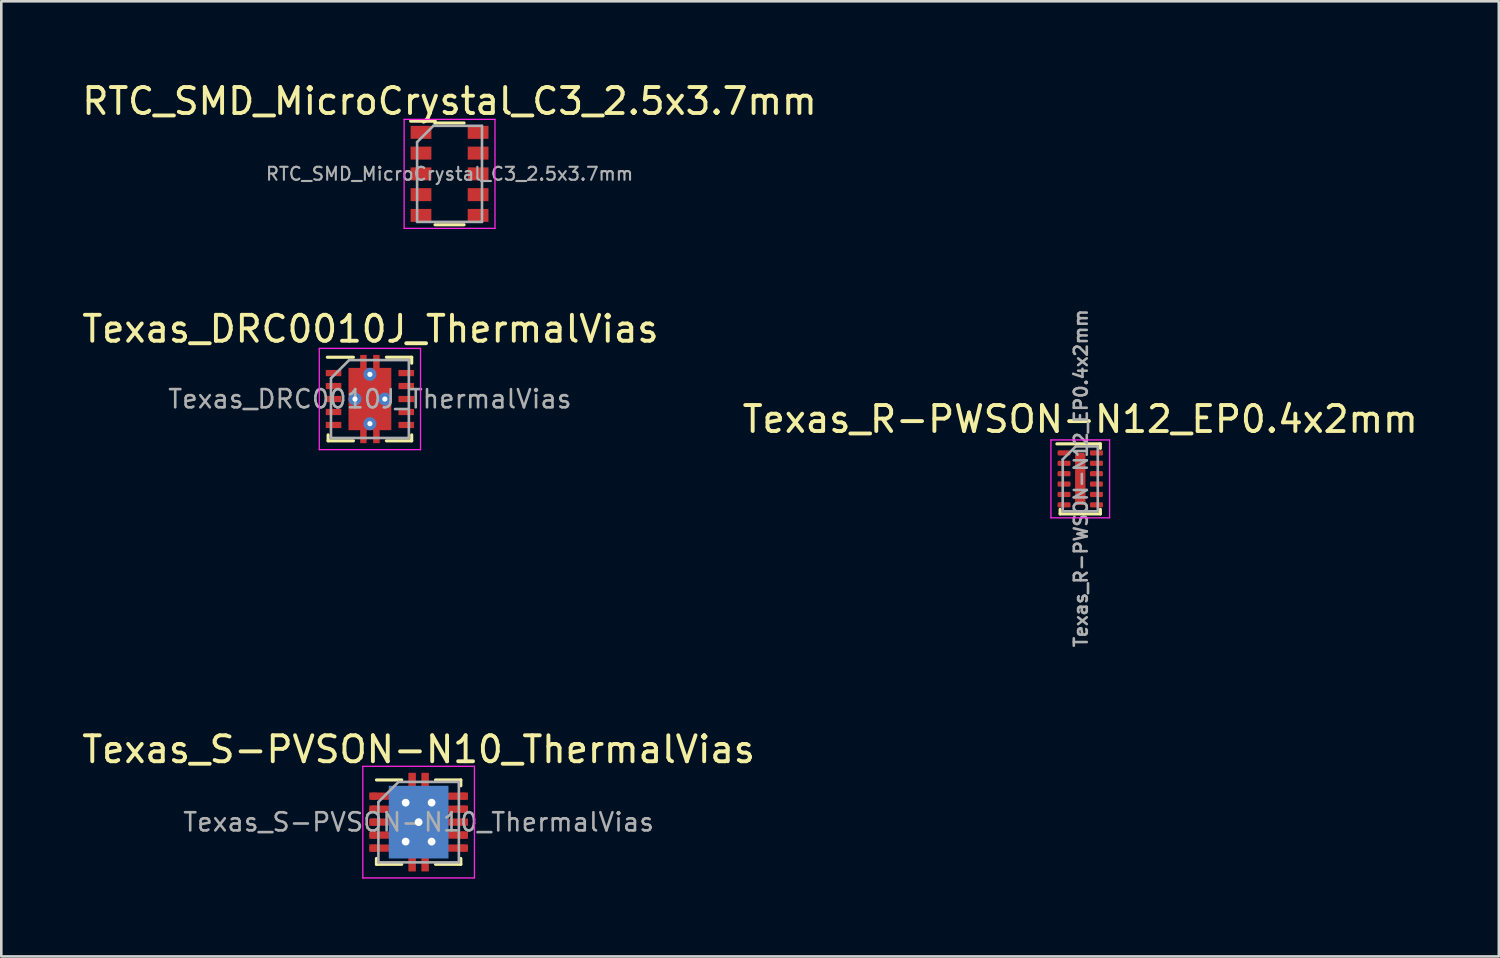
<source format=kicad_pcb>
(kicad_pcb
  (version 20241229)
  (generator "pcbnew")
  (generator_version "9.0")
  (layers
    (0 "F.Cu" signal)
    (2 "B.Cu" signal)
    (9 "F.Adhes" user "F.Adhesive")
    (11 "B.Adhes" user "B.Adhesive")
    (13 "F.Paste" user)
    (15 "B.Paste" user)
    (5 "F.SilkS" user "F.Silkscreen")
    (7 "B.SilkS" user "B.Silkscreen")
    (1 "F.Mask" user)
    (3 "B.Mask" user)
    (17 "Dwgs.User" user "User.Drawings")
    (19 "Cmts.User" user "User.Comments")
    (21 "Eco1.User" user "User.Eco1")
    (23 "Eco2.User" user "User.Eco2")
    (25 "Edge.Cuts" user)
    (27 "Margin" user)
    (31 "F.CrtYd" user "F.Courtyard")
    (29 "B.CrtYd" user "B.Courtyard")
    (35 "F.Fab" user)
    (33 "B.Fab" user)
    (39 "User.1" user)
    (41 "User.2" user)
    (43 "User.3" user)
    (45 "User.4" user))
  (footprint "Texas_S-PVSON-N10_ThermalVias"
    (layer "F.Cu")
    (at 13.077 28.621)
    (property "Reference" "Texas_S-PVSON-N10_ThermalVias" (at 0 -2.8 0) (layer "F.SilkS") (effects (font (size 1 1) (thickness 0.15))))
    (attr smd)
    (fp_line (start -1.625 -1.625) (end -0.65 -1.625) (stroke (width 0.12) (type solid)) (layer "F.SilkS"))
    (fp_line (start -1.625 1.625) (end -1.625 1.4) (stroke (width 0.12) (type solid)) (layer "F.SilkS"))
    (fp_line (start -1.625 1.625) (end -0.65 1.625) (stroke (width 0.12) (type solid)) (layer "F.SilkS"))
    (fp_line (start 0.65 -1.625) (end 1.625 -1.625) (stroke (width 0.12) (type solid)) (layer "F.SilkS"))
    (fp_line (start 0.65 1.625) (end 1.625 1.625) (stroke (width 0.12) (type solid)) (layer "F.SilkS"))
    (fp_line (start 1.625 -1.4) (end 1.625 -1.625) (stroke (width 0.12) (type solid)) (layer "F.SilkS"))
    (fp_line (start 1.625 1.4) (end 1.625 1.625) (stroke (width 0.12) (type solid)) (layer "F.SilkS"))
    (fp_line (start -2.15 -2.15) (end -2.15 2.15) (stroke (width 0.05) (type solid)) (layer "F.CrtYd"))
    (fp_line (start -2.15 -2.15) (end 2.15 -2.15) (stroke (width 0.05) (type solid)) (layer "F.CrtYd"))
    (fp_line (start -2.15 2.15) (end 2.15 2.15) (stroke (width 0.05) (type solid)) (layer "F.CrtYd"))
    (fp_line (start 2.15 -2.15) (end 2.15 2.15) (stroke (width 0.05) (type solid)) (layer "F.CrtYd"))
    (fp_line (start -1.55 1.55) (end -1.55 -0.775) (stroke (width 0.1) (type solid)) (layer "F.Fab"))
    (fp_line (start -0.775 -1.55) (end -1.55 -0.775) (stroke (width 0.1) (type solid)) (layer "F.Fab"))
    (fp_line (start -0.775 -1.55) (end 1.55 -1.55) (stroke (width 0.1) (type solid)) (layer "F.Fab"))
    (fp_line (start 1.55 -1.55) (end 1.55 1.55) (stroke (width 0.1) (type solid)) (layer "F.Fab"))
    (fp_line (start 1.55 1.55) (end -1.55 1.55) (stroke (width 0.1) (type solid)) (layer "F.Fab"))
    (fp_text user "${REFERENCE}" (at 0 0 0) (layer "F.Fab") (effects (font (size 0.7 0.7) (thickness 0.1))))
    (pad "1" smd rect (at -1.76 -1) (size 0.28 0.28) (layers "F.Cu" "F.Mask" "F.Paste"))
    (pad "1" smd oval (at -1.475 -1) (size 0.85 0.28) (layers "F.Cu" "F.Mask" "F.Paste"))
    (pad "2" smd rect (at -1.76 -0.5) (size 0.28 0.28) (layers "F.Cu" "F.Mask" "F.Paste"))
    (pad "2" smd oval (at -1.475 -0.5) (size 0.85 0.28) (layers "F.Cu" "F.Mask" "F.Paste"))
    (pad "3" smd rect (at -1.76 0) (size 0.28 0.28) (layers "F.Cu" "F.Mask" "F.Paste"))
    (pad "3" smd oval (at -1.475 0) (size 0.85 0.28) (layers "F.Cu" "F.Mask" "F.Paste"))
    (pad "4" smd rect (at -1.76 0.5) (size 0.28 0.28) (layers "F.Cu" "F.Mask" "F.Paste"))
    (pad "4" smd oval (at -1.475 0.5) (size 0.85 0.28) (layers "F.Cu" "F.Mask" "F.Paste"))
    (pad "5" smd rect (at -1.76 1) (size 0.28 0.28) (layers "F.Cu" "F.Mask" "F.Paste"))
    (pad "5" smd oval (at -1.475 1) (size 0.85 0.28) (layers "F.Cu" "F.Mask" "F.Paste"))
    (pad "6" smd oval (at 1.475 1) (size 0.85 0.28) (layers "F.Cu" "F.Mask" "F.Paste"))
    (pad "6" smd rect (at 1.76 1) (size 0.28 0.28) (layers "F.Cu" "F.Mask" "F.Paste"))
    (pad "7" smd oval (at 1.475 0.5) (size 0.85 0.28) (layers "F.Cu" "F.Mask" "F.Paste"))
    (pad "7" smd rect (at 1.76 0.5) (size 0.28 0.28) (layers "F.Cu" "F.Mask" "F.Paste"))
    (pad "8" smd oval (at 1.475 0) (size 0.85 0.28) (layers "F.Cu" "F.Mask" "F.Paste"))
    (pad "8" smd rect (at 1.76 0) (size 0.28 0.28) (layers "F.Cu" "F.Mask" "F.Paste"))
    (pad "9" smd oval (at 1.475 -0.5) (size 0.85 0.28) (layers "F.Cu" "F.Mask" "F.Paste"))
    (pad "9" smd rect (at 1.76 -0.5) (size 0.28 0.28) (layers "F.Cu" "F.Mask" "F.Paste"))
    (pad "10" smd oval (at 1.475 -1) (size 0.85 0.28) (layers "F.Cu" "F.Mask" "F.Paste"))
    (pad "10" smd rect (at 1.76 -1) (size 0.28 0.28) (layers "F.Cu" "F.Mask" "F.Paste"))
    (pad "11" thru_hole circle (at -0.5 -0.75) (size 0.6 0.6) (drill 0.3) (layers "*.Cu" "*.Mask"))
    (pad "11" thru_hole circle (at -0.5 0.75) (size 0.6 0.6) (drill 0.3) (layers "*.Cu" "*.Mask"))
    (pad "11" smd rect (at -0.45 -0.635) (size 0.68 1.05) (layers "F.Cu" "F.Mask" "F.Paste"))
    (pad "11" smd rect (at -0.45 0.635) (size 0.68 1.05) (layers "F.Cu" "F.Mask" "F.Paste"))
    (pad "11" smd rect (at -0.25 -1.63) (size 0.26 0.5) (layers "F.Cu" "F.Mask" "F.Paste"))
    (pad "11" smd rect (at -0.25 -1.55) (size 0.28 0.7) (layers "F.Cu" "F.Mask"))
    (pad "11" smd rect (at -0.25 1.55) (size 0.28 0.7) (layers "F.Cu" "F.Mask"))
    (pad "11" smd rect (at -0.25 1.63) (size 0.26 0.5) (layers "F.Cu" "F.Mask" "F.Paste"))
    (pad "11" thru_hole circle (at 0 0) (size 0.6 0.6) (drill 0.3) (layers "*.Cu" "*.Mask"))
    (pad "11" smd rect (at 0 0) (size 1.65 2.4) (layers "F.Cu" "F.Mask"))
    (pad "11" smd rect (at 0 0) (size 2.3 2.8) (layers "B.Cu"))
    (pad "11" smd rect (at 0.25 -1.63) (size 0.26 0.5) (layers "F.Cu" "F.Mask" "F.Paste"))
    (pad "11" smd rect (at 0.25 -1.55) (size 0.28 0.7) (layers "F.Cu" "F.Mask"))
    (pad "11" smd rect (at 0.25 1.55) (size 0.28 0.7) (layers "F.Cu" "F.Mask"))
    (pad "11" smd rect (at 0.25 1.63) (size 0.26 0.5) (layers "F.Cu" "F.Mask" "F.Paste"))
    (pad "11" smd rect (at 0.45 -0.635) (size 0.68 1.05) (layers "F.Cu" "F.Mask" "F.Paste"))
    (pad "11" smd rect (at 0.45 0.635) (size 0.68 1.05) (layers "F.Cu" "F.Mask" "F.Paste"))
    (pad "11" thru_hole circle (at 0.5 -0.75) (size 0.6 0.6) (drill 0.3) (layers "*.Cu" "*.Mask"))
    (pad "11" thru_hole circle (at 0.5 0.75) (size 0.6 0.6) (drill 0.3) (layers "*.Cu" "*.Mask")))
  (footprint "Texas_R-PWSON-N12_EP0.4x2mm"
    (layer "F.Cu")
    (at 38.565 15.398)
    (property "Reference" "Texas_R-PWSON-N12_EP0.4x2mm" (at 0 -2.3 0) (layer "F.SilkS") (effects (font (size 1 1) (thickness 0.15))))
    (attr smd)
    (fp_line (start -0.775 1.35) (end -0.775 1.175) (stroke (width 0.12) (type solid)) (layer "F.SilkS"))
    (fp_line (start 0.775 -1.35) (end -0.9 -1.35) (stroke (width 0.12) (type solid)) (layer "F.SilkS"))
    (fp_line (start 0.775 -1.35) (end 0.775 -1.175) (stroke (width 0.12) (type solid)) (layer "F.SilkS"))
    (fp_line (start 0.775 1.35) (end -0.775 1.35) (stroke (width 0.12) (type solid)) (layer "F.SilkS"))
    (fp_line (start 0.775 1.35) (end 0.775 1.175) (stroke (width 0.12) (type solid)) (layer "F.SilkS"))
    (fp_line (start -1.13 -1.5) (end -1.13 1.5) (stroke (width 0.05) (type solid)) (layer "F.CrtYd"))
    (fp_line (start -1.13 -1.5) (end 1.13 -1.5) (stroke (width 0.05) (type solid)) (layer "F.CrtYd"))
    (fp_line (start -1.13 1.5) (end 1.13 1.5) (stroke (width 0.05) (type solid)) (layer "F.CrtYd"))
    (fp_line (start 1.13 -1.5) (end 1.13 1.5) (stroke (width 0.05) (type solid)) (layer "F.CrtYd"))
    (fp_line (start -0.675 -0.75) (end -0.675 1.25) (stroke (width 0.1) (type solid)) (layer "F.Fab"))
    (fp_line (start -0.675 1.25) (end 0.675 1.25) (stroke (width 0.1) (type solid)) (layer "F.Fab"))
    (fp_line (start -0.175 -1.25) (end -0.675 -0.75) (stroke (width 0.1) (type solid)) (layer "F.Fab"))
    (fp_line (start -0.175 -1.25) (end 0.675 -1.25) (stroke (width 0.1) (type solid)) (layer "F.Fab"))
    (fp_line (start 0.675 -1.25) (end 0.675 1.25) (stroke (width 0.1) (type solid)) (layer "F.Fab"))
    (fp_text user "${REFERENCE}" (at 0.025 -0.025 90) (layer "F.Fab") (effects (font (size 0.5 0.5) (thickness 0.1))))
    (pad "" smd roundrect (at 0 -0.68) (size 0.3 0.55) (layers "F.Paste") (roundrect_rratio 0.25))
    (pad "" smd roundrect (at 0 0) (size 0.3 0.55) (layers "F.Paste") (roundrect_rratio 0.25))
    (pad "" smd roundrect (at 0 0.68) (size 0.3 0.55) (layers "F.Paste") (roundrect_rratio 0.25))
    (pad "1" smd roundrect (at -0.625 -1 90) (size 0.2 0.5) (layers "F.Cu" "F.Mask" "F.Paste") (roundrect_rratio 0.25))
    (pad "2" smd roundrect (at -0.625 -0.6 90) (size 0.2 0.5) (layers "F.Cu" "F.Mask" "F.Paste") (roundrect_rratio 0.25))
    (pad "3" smd roundrect (at -0.625 -0.2 90) (size 0.2 0.5) (layers "F.Cu" "F.Mask" "F.Paste") (roundrect_rratio 0.25))
    (pad "4" smd roundrect (at -0.625 0.2 90) (size 0.2 0.5) (layers "F.Cu" "F.Mask" "F.Paste") (roundrect_rratio 0.25))
    (pad "5" smd roundrect (at -0.625 0.6 90) (size 0.2 0.5) (layers "F.Cu" "F.Mask" "F.Paste") (roundrect_rratio 0.25))
    (pad "6" smd roundrect (at -0.625 1 90) (size 0.2 0.5) (layers "F.Cu" "F.Mask" "F.Paste") (roundrect_rratio 0.25))
    (pad "7" smd roundrect (at 0.625 1 90) (size 0.2 0.5) (layers "F.Cu" "F.Mask" "F.Paste") (roundrect_rratio 0.25))
    (pad "8" smd roundrect (at 0.625 0.6 90) (size 0.2 0.5) (layers "F.Cu" "F.Mask" "F.Paste") (roundrect_rratio 0.25))
    (pad "9" smd roundrect (at 0.625 0.2 90) (size 0.2 0.5) (layers "F.Cu" "F.Mask" "F.Paste") (roundrect_rratio 0.25))
    (pad "10" smd roundrect (at 0.625 -0.2 90) (size 0.2 0.5) (layers "F.Cu" "F.Mask" "F.Paste") (roundrect_rratio 0.25))
    (pad "11" smd roundrect (at 0.625 -0.6 90) (size 0.2 0.5) (layers "F.Cu" "F.Mask" "F.Paste") (roundrect_rratio 0.25))
    (pad "12" smd roundrect (at 0.625 -1 90) (size 0.2 0.5) (layers "F.Cu" "F.Mask" "F.Paste") (roundrect_rratio 0.25))
    (pad "13" smd roundrect (at 0 0) (size 0.4 2) (layers "F.Cu" "F.Mask") (roundrect_rratio 0.25)))
  (footprint "RTC_SMD_MicroCrystal_C3_2.5x3.7mm"
    (layer "F.Cu")
    (at 14.268 3.648)
    (property "Reference" "RTC_SMD_MicroCrystal_C3_2.5x3.7mm" (at 0 -2.8 0) (layer "F.SilkS") (effects (font (size 1 1) (thickness 0.15))))
    (attr smd)
    (fp_line (start -1.5 -2.03) (end -0.56 -2.03) (stroke (width 0.12) (type solid)) (layer "F.SilkS"))
    (fp_line (start -0.56 -2.03) (end -0.56 -1.96) (stroke (width 0.12) (type solid)) (layer "F.SilkS"))
    (fp_line (start -0.56 -1.96) (end 0.56 -1.96) (stroke (width 0.12) (type solid)) (layer "F.SilkS"))
    (fp_line (start -0.56 1.96) (end 0.56 1.96) (stroke (width 0.12) (type solid)) (layer "F.SilkS"))
    (fp_line (start -1.75 -2.1) (end -1.75 2.1) (stroke (width 0.05) (type solid)) (layer "F.CrtYd"))
    (fp_line (start -1.75 -2.1) (end 1.75 -2.1) (stroke (width 0.05) (type solid)) (layer "F.CrtYd"))
    (fp_line (start -1.75 2.1) (end 1.75 2.1) (stroke (width 0.05) (type solid)) (layer "F.CrtYd"))
    (fp_line (start 1.75 -2.1) (end 1.75 2.1) (stroke (width 0.05) (type solid)) (layer "F.CrtYd"))
    (fp_line (start -1.25 -1.225) (end -1.25 1.85) (stroke (width 0.1) (type solid)) (layer "F.Fab"))
    (fp_line (start -1.25 1.85) (end 1.25 1.85) (stroke (width 0.1) (type solid)) (layer "F.Fab"))
    (fp_line (start -0.625 -1.85) (end -1.25 -1.225) (stroke (width 0.1) (type solid)) (layer "F.Fab"))
    (fp_line (start -0.625 -1.85) (end 1.25 -1.85) (stroke (width 0.1) (type solid)) (layer "F.Fab"))
    (fp_line (start 1.25 -1.85) (end 1.25 1.85) (stroke (width 0.1) (type solid)) (layer "F.Fab"))
    (fp_text user "${REFERENCE}" (at 0 0 0) (layer "F.Fab") (effects (font (size 0.5 0.5) (thickness 0.08))))
    (pad "1" smd rect (at -1.1 -1.6) (size 0.8 0.5) (layers "F.Cu" "F.Mask" "F.Paste"))
    (pad "2" smd rect (at -1.1 -0.8) (size 0.8 0.5) (layers "F.Cu" "F.Mask" "F.Paste"))
    (pad "3" smd rect (at -1.1 0) (size 0.8 0.5) (layers "F.Cu" "F.Mask" "F.Paste"))
    (pad "4" smd rect (at -1.1 0.8) (size 0.8 0.5) (layers "F.Cu" "F.Mask" "F.Paste"))
    (pad "5" smd rect (at -1.1 1.6) (size 0.8 0.5) (layers "F.Cu" "F.Mask" "F.Paste"))
    (pad "6" smd rect (at 1.1 1.6) (size 0.8 0.5) (layers "F.Cu" "F.Mask" "F.Paste"))
    (pad "7" smd rect (at 1.1 0.8) (size 0.8 0.5) (layers "F.Cu" "F.Mask" "F.Paste"))
    (pad "8" smd rect (at 1.1 0) (size 0.8 0.5) (layers "F.Cu" "F.Mask" "F.Paste"))
    (pad "9" smd rect (at 1.1 -0.8) (size 0.8 0.5) (layers "F.Cu" "F.Mask" "F.Paste"))
    (pad "10" smd rect (at 1.1 -1.6) (size 0.8 0.5) (layers "F.Cu" "F.Mask" "F.Paste")))
  (footprint "Texas_DRC0010J_ThermalVias"
    (layer "F.Cu")
    (at 11.2 12.322)
    (property "Reference" "Texas_DRC0010J_ThermalVias" (at 0.02 -2.7 0) (layer "F.SilkS") (effects (font (size 1 1) (thickness 0.15))))
    (attr smd)
    (fp_line (start -1.64 -1.61) (end -0.635 -1.61) (stroke (width 0.12) (type solid)) (layer "F.SilkS"))
    (fp_line (start -1.61 1.38) (end -1.61 1.61) (stroke (width 0.12) (type solid)) (layer "F.SilkS"))
    (fp_line (start -1.61 1.61) (end -0.635 1.61) (stroke (width 0.12) (type solid)) (layer "F.SilkS"))
    (fp_line (start 0.635 -1.61) (end 1.61 -1.61) (stroke (width 0.12) (type solid)) (layer "F.SilkS"))
    (fp_line (start 0.635 1.61) (end 1.61 1.61) (stroke (width 0.12) (type solid)) (layer "F.SilkS"))
    (fp_line (start 1.61 -1.61) (end 1.61 -1.38) (stroke (width 0.12) (type solid)) (layer "F.SilkS"))
    (fp_line (start 1.61 1.38) (end 1.61 1.61) (stroke (width 0.12) (type solid)) (layer "F.SilkS"))
    (fp_line (start -1.95 -1.95) (end -1.95 1.95) (stroke (width 0.05) (type solid)) (layer "F.CrtYd"))
    (fp_line (start -1.95 -1.95) (end 1.95 -1.95) (stroke (width 0.05) (type solid)) (layer "F.CrtYd"))
    (fp_line (start -1.95 1.95) (end 1.95 1.95) (stroke (width 0.05) (type solid)) (layer "F.CrtYd"))
    (fp_line (start 1.95 -1.95) (end 1.95 1.95) (stroke (width 0.05) (type solid)) (layer "F.CrtYd"))
    (fp_line (start -1.5 -0.8) (end -1.5 1.5) (stroke (width 0.1) (type solid)) (layer "F.Fab"))
    (fp_line (start -1.5 -0.8) (end -0.8 -1.5) (stroke (width 0.1) (type solid)) (layer "F.Fab"))
    (fp_line (start -1.5 1.5) (end 1.5 1.5) (stroke (width 0.1) (type solid)) (layer "F.Fab"))
    (fp_line (start -0.8 -1.5) (end 1.5 -1.5) (stroke (width 0.1) (type solid)) (layer "F.Fab"))
    (fp_line (start 1.5 -1.5) (end 1.5 1.5) (stroke (width 0.1) (type solid)) (layer "F.Fab"))
    (fp_text user "${REFERENCE}" (at 0 0 0) (layer "F.Fab") (effects (font (size 0.7 0.7) (thickness 0.1))))
    (pad "" smd roundrect (at -0.25 -1.53) (size 0.25 0.34) (layers "F.Paste") (roundrect_rratio 0.1))
    (pad "" smd roundrect (at -0.25 1.53) (size 0.25 0.34) (layers "F.Paste") (roundrect_rratio 0.1))
    (pad "" smd roundrect (at 0 -0.63) (size 1.5 1.06) (layers "F.Paste") (roundrect_rratio 0.1))
    (pad "" smd roundrect (at 0 0.63) (size 1.5 1.06) (layers "F.Paste") (roundrect_rratio 0.1))
    (pad "" smd roundrect (at 0.25 -1.53) (size 0.25 0.34) (layers "F.Paste") (roundrect_rratio 0.1))
    (pad "" smd roundrect (at 0.25 1.53) (size 0.25 0.34) (layers "F.Paste") (roundrect_rratio 0.1))
    (pad "1" smd rect (at -1.4 -1) (size 0.6 0.24) (layers "F.Cu" "F.Mask" "F.Paste"))
    (pad "2" smd rect (at -1.4 -0.5) (size 0.6 0.24) (layers "F.Cu" "F.Mask" "F.Paste"))
    (pad "3" smd rect (at -1.4 0) (size 0.6 0.24) (layers "F.Cu" "F.Mask" "F.Paste"))
    (pad "4" smd rect (at -1.4 0.5) (size 0.6 0.24) (layers "F.Cu" "F.Mask" "F.Paste"))
    (pad "5" smd rect (at -1.4 1) (size 0.6 0.24) (layers "F.Cu" "F.Mask" "F.Paste"))
    (pad "6" smd rect (at 1.4 1) (size 0.6 0.24) (layers "F.Cu" "F.Mask" "F.Paste"))
    (pad "7" smd rect (at 1.4 0.5) (size 0.6 0.24) (layers "F.Cu" "F.Mask" "F.Paste"))
    (pad "8" smd rect (at 1.4 0) (size 0.6 0.24) (layers "F.Cu" "F.Mask" "F.Paste"))
    (pad "9" smd rect (at 1.4 -0.5) (size 0.6 0.24) (layers "F.Cu" "F.Mask" "F.Paste"))
    (pad "10" smd rect (at 1.4 -1) (size 0.6 0.24) (layers "F.Cu" "F.Mask" "F.Paste"))
    (pad "11" thru_hole circle (at -0.575 0) (size 0.5 0.5) (drill 0.2) (layers "*.Cu"))
    (pad "11" thru_hole circle (at 0 -0.95) (size 0.5 0.5) (drill 0.2) (layers "*.Cu"))
    (pad "11" smd custom (at 0 0) (size 1.65 2.4) (layers "F.Cu" "F.Mask") (options (anchor rect)) (primitives (gr_poly (pts (xy -0.125 -1.1) (xy 0.125 -1.1) (xy 0.125 -1.7) (xy 0.375 -1.7) (xy 0.375 1.7) (xy 0.125 1.7) (xy 0.125 1.1) (xy -0.125 1.1) (xy -0.125 1.7) (xy -0.375 1.7) (xy -0.375 -1.7) (xy -0.125 -1.7)) (width 0) (fill yes))))
    (pad "11" thru_hole circle (at 0 0.95) (size 0.5 0.5) (drill 0.2) (layers "*.Cu"))
    (pad "11" thru_hole circle (at 0.575 0) (size 0.5 0.5) (drill 0.2) (layers "*.Cu")))
  (gr_rect
    (start -3 -3)
    (end 54.69 33.796)
    (stroke (width 0.1) (type default))
    (fill no)
    (layer "Edge.Cuts")))
</source>
